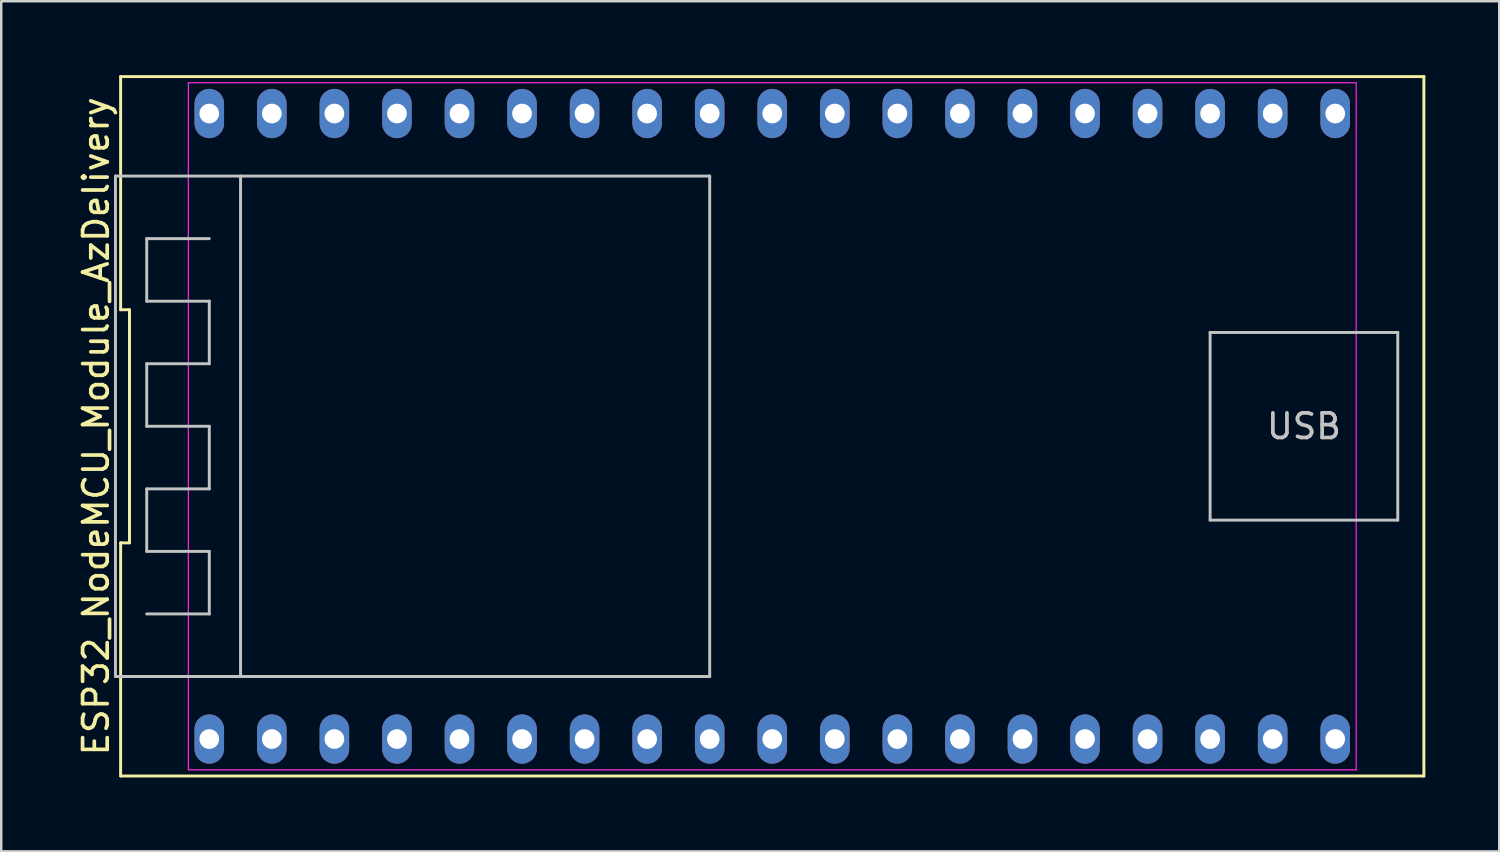
<source format=kicad_pcb>
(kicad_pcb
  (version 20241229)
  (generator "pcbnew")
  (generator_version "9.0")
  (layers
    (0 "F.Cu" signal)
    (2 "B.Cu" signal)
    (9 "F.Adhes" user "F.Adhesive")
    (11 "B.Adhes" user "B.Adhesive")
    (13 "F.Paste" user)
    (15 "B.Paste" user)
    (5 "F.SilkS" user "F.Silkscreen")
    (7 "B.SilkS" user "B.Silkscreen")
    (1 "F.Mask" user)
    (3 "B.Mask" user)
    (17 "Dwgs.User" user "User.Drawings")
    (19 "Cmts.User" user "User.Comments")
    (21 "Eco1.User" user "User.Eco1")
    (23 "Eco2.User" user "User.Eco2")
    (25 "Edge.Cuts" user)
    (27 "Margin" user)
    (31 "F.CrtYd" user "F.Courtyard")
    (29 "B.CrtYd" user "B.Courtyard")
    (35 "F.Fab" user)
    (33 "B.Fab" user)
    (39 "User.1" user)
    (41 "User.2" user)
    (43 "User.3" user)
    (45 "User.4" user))
  (footprint "ESP32_NodeMCU_Module_AzDelivery"
    (layer "F.Cu")
    (at 28.308 14.26)
    (property "Reference" "ESP32_NodeMCU_Module_AzDelivery" (at -27.46 0 90) (layer "F.SilkS") (effects (font (size 1 1) (thickness 0.15))))
    (attr through_hole)
    (fp_line (start -26.46 -14.2) (end -26.46 -4.733) (stroke (width 0.12) (type solid)) (layer "F.SilkS"))
    (fp_line (start -26.46 -4.733) (end -26.1 -4.733) (stroke (width 0.12) (type solid)) (layer "F.SilkS"))
    (fp_line (start -26.46 4.733) (end -26.46 14.2) (stroke (width 0.12) (type solid)) (layer "F.SilkS"))
    (fp_line (start -26.46 14.2) (end 26.46 14.2) (stroke (width 0.12) (type solid)) (layer "F.SilkS"))
    (fp_line (start -26.1 -4.733) (end -26.1 4.733) (stroke (width 0.12) (type solid)) (layer "F.SilkS"))
    (fp_line (start -26.1 4.733) (end -26.46 4.733) (stroke (width 0.12) (type solid)) (layer "F.SilkS"))
    (fp_line (start 26.46 -14.2) (end -26.46 -14.2) (stroke (width 0.12) (type solid)) (layer "F.SilkS"))
    (fp_line (start 26.46 14.2) (end 26.46 -14.2) (stroke (width 0.12) (type solid)) (layer "F.SilkS"))
    (fp_line (start -26.67 -10.16) (end -26.67 10.16) (stroke (width 0.12) (type solid)) (layer "Dwgs.User"))
    (fp_line (start -26.67 10.16) (end -2.54 10.16) (stroke (width 0.12) (type solid)) (layer "Dwgs.User"))
    (fp_line (start -25.4 -7.62) (end -25.4 -5.08) (stroke (width 0.12) (type solid)) (layer "Dwgs.User"))
    (fp_line (start -25.4 -5.08) (end -22.86 -5.08) (stroke (width 0.12) (type solid)) (layer "Dwgs.User"))
    (fp_line (start -25.4 -2.54) (end -25.4 0) (stroke (width 0.12) (type solid)) (layer "Dwgs.User"))
    (fp_line (start -25.4 0) (end -22.86 0) (stroke (width 0.12) (type solid)) (layer "Dwgs.User"))
    (fp_line (start -25.4 2.54) (end -25.4 5.08) (stroke (width 0.12) (type solid)) (layer "Dwgs.User"))
    (fp_line (start -25.4 5.08) (end -22.86 5.08) (stroke (width 0.12) (type solid)) (layer "Dwgs.User"))
    (fp_line (start -22.86 -7.62) (end -25.4 -7.62) (stroke (width 0.12) (type solid)) (layer "Dwgs.User"))
    (fp_line (start -22.86 -5.08) (end -22.86 -2.54) (stroke (width 0.12) (type solid)) (layer "Dwgs.User"))
    (fp_line (start -22.86 -2.54) (end -25.4 -2.54) (stroke (width 0.12) (type solid)) (layer "Dwgs.User"))
    (fp_line (start -22.86 0) (end -22.86 2.54) (stroke (width 0.12) (type solid)) (layer "Dwgs.User"))
    (fp_line (start -22.86 2.54) (end -25.4 2.54) (stroke (width 0.12) (type solid)) (layer "Dwgs.User"))
    (fp_line (start -22.86 5.08) (end -22.86 7.62) (stroke (width 0.12) (type solid)) (layer "Dwgs.User"))
    (fp_line (start -22.86 7.62) (end -25.4 7.62) (stroke (width 0.12) (type solid)) (layer "Dwgs.User"))
    (fp_line (start -21.59 -10.16) (end -21.59 10.16) (stroke (width 0.12) (type solid)) (layer "Dwgs.User"))
    (fp_line (start -2.54 -10.16) (end -26.67 -10.16) (stroke (width 0.12) (type solid)) (layer "Dwgs.User"))
    (fp_line (start -2.54 10.16) (end -2.54 -10.16) (stroke (width 0.12) (type solid)) (layer "Dwgs.User"))
    (fp_line (start 17.78 -3.81) (end 25.4 -3.81) (stroke (width 0.12) (type solid)) (layer "Dwgs.User"))
    (fp_line (start 17.78 3.81) (end 17.78 -3.81) (stroke (width 0.12) (type solid)) (layer "Dwgs.User"))
    (fp_line (start 25.4 -3.81) (end 25.4 3.81) (stroke (width 0.12) (type solid)) (layer "Dwgs.User"))
    (fp_line (start 25.4 3.81) (end 17.78 3.81) (stroke (width 0.12) (type solid)) (layer "Dwgs.User"))
    (fp_line (start -23.71 -13.95) (end 23.71 -13.95) (stroke (width 0.05) (type solid)) (layer "F.CrtYd"))
    (fp_line (start -23.71 13.95) (end -23.71 -13.95) (stroke (width 0.05) (type solid)) (layer "F.CrtYd"))
    (fp_line (start 23.71 -13.95) (end 23.71 13.95) (stroke (width 0.05) (type solid)) (layer "F.CrtYd"))
    (fp_line (start 23.71 13.95) (end -23.71 13.95) (stroke (width 0.05) (type solid)) (layer "F.CrtYd"))
    (fp_text user "USB" (at 21.59 0 0) (layer "Dwgs.User") (effects (font (size 1 1) (thickness 0.15))))
    (pad "1" thru_hole oval (at -22.86 12.7) (size 1.2 2) (drill 0.8) (layers "*.Cu" "*.Mask"))
    (pad "2" thru_hole oval (at -20.32 12.7) (size 1.2 2) (drill 0.8) (layers "*.Cu" "*.Mask"))
    (pad "3" thru_hole oval (at -17.78 12.7) (size 1.2 2) (drill 0.8) (layers "*.Cu" "*.Mask"))
    (pad "4" thru_hole oval (at -15.24 12.7) (size 1.2 2) (drill 0.8) (layers "*.Cu" "*.Mask"))
    (pad "5" thru_hole oval (at -12.7 12.7) (size 1.2 2) (drill 0.8) (layers "*.Cu" "*.Mask"))
    (pad "6" thru_hole oval (at -10.16 12.7) (size 1.2 2) (drill 0.8) (layers "*.Cu" "*.Mask"))
    (pad "7" thru_hole oval (at -7.62 12.7) (size 1.2 2) (drill 0.8) (layers "*.Cu" "*.Mask"))
    (pad "8" thru_hole oval (at -5.08 12.7) (size 1.2 2) (drill 0.8) (layers "*.Cu" "*.Mask"))
    (pad "9" thru_hole oval (at -2.54 12.7) (size 1.2 2) (drill 0.8) (layers "*.Cu" "*.Mask"))
    (pad "10" thru_hole oval (at 0 12.7) (size 1.2 2) (drill 0.8) (layers "*.Cu" "*.Mask"))
    (pad "11" thru_hole oval (at 2.54 12.7) (size 1.2 2) (drill 0.8) (layers "*.Cu" "*.Mask"))
    (pad "12" thru_hole oval (at 5.08 12.7) (size 1.2 2) (drill 0.8) (layers "*.Cu" "*.Mask"))
    (pad "13" thru_hole oval (at 7.62 12.7) (size 1.2 2) (drill 0.8) (layers "*.Cu" "*.Mask"))
    (pad "15" thru_hole oval (at 12.7 12.7) (size 1.2 2) (drill 0.8) (layers "*.Cu" "*.Mask"))
    (pad "16" thru_hole oval (at 15.24 12.7) (size 1.2 2) (drill 0.8) (layers "*.Cu" "*.Mask"))
    (pad "17" thru_hole oval (at 17.78 12.7) (size 1.2 2) (drill 0.8) (layers "*.Cu" "*.Mask"))
    (pad "18" thru_hole oval (at 20.32 12.7) (size 1.2 2) (drill 0.8) (layers "*.Cu" "*.Mask"))
    (pad "19" thru_hole oval (at 22.86 12.7) (size 1.2 2) (drill 0.8) (layers "*.Cu" "*.Mask"))
    (pad "20" thru_hole oval (at 22.86 -12.7) (size 1.2 2) (drill 0.8) (layers "*.Cu" "*.Mask"))
    (pad "21" thru_hole oval (at 20.32 -12.7) (size 1.2 2) (drill 0.8) (layers "*.Cu" "*.Mask"))
    (pad "22" thru_hole oval (at 17.78 -12.7) (size 1.2 2) (drill 0.8) (layers "*.Cu" "*.Mask"))
    (pad "23" thru_hole oval (at 15.24 -12.7) (size 1.2 2) (drill 0.8) (layers "*.Cu" "*.Mask"))
    (pad "24" thru_hole oval (at 12.7 -12.7) (size 1.2 2) (drill 0.8) (layers "*.Cu" "*.Mask"))
    (pad "25" thru_hole oval (at 10.16 -12.7) (size 1.2 2) (drill 0.8) (layers "*.Cu" "*.Mask"))
    (pad "26" thru_hole oval (at 7.62 -12.7) (size 1.2 2) (drill 0.8) (layers "*.Cu" "*.Mask"))
    (pad "27" thru_hole oval (at 5.08 -12.7) (size 1.2 2) (drill 0.8) (layers "*.Cu" "*.Mask"))
    (pad "28" thru_hole oval (at 2.54 -12.7) (size 1.2 2) (drill 0.8) (layers "*.Cu" "*.Mask"))
    (pad "29" thru_hole oval (at 0 -12.7) (size 1.2 2) (drill 0.8) (layers "*.Cu" "*.Mask"))
    (pad "30" thru_hole oval (at -2.54 -12.7) (size 1.2 2) (drill 0.8) (layers "*.Cu" "*.Mask"))
    (pad "31" thru_hole oval (at -5.08 -12.7) (size 1.2 2) (drill 0.8) (layers "*.Cu" "*.Mask"))
    (pad "33" thru_hole oval (at -10.16 -12.7) (size 1.2 2) (drill 0.8) (layers "*.Cu" "*.Mask"))
    (pad "34" thru_hole oval (at -12.7 -12.7) (size 1.2 2) (drill 0.8) (layers "*.Cu" "*.Mask"))
    (pad "35" thru_hole oval (at -15.24 -12.7) (size 1.2 2) (drill 0.8) (layers "*.Cu" "*.Mask"))
    (pad "36" thru_hole oval (at -17.78 -12.7) (size 1.2 2) (drill 0.8) (layers "*.Cu" "*.Mask"))
    (pad "37" thru_hole oval (at -20.32 -12.7) (size 1.2 2) (drill 0.8) (layers "*.Cu" "*.Mask"))
    (pad "GND" thru_hole oval (at -22.86 -12.7) (size 1.2 2) (drill 0.8) (layers "*.Cu" "*.Mask"))
    (pad "GND" thru_hole oval (at -7.62 -12.7) (size 1.2 2) (drill 0.8) (layers "*.Cu" "*.Mask"))
    (pad "GND" thru_hole oval (at 10.16 12.7) (size 1.2 2) (drill 0.8) (layers "*.Cu" "*.Mask")))
  (gr_rect
    (start -3 -3)
    (end 57.828 31.52)
    (stroke (width 0.1) (type default))
    (fill no)
    (layer "Edge.Cuts")))
</source>
